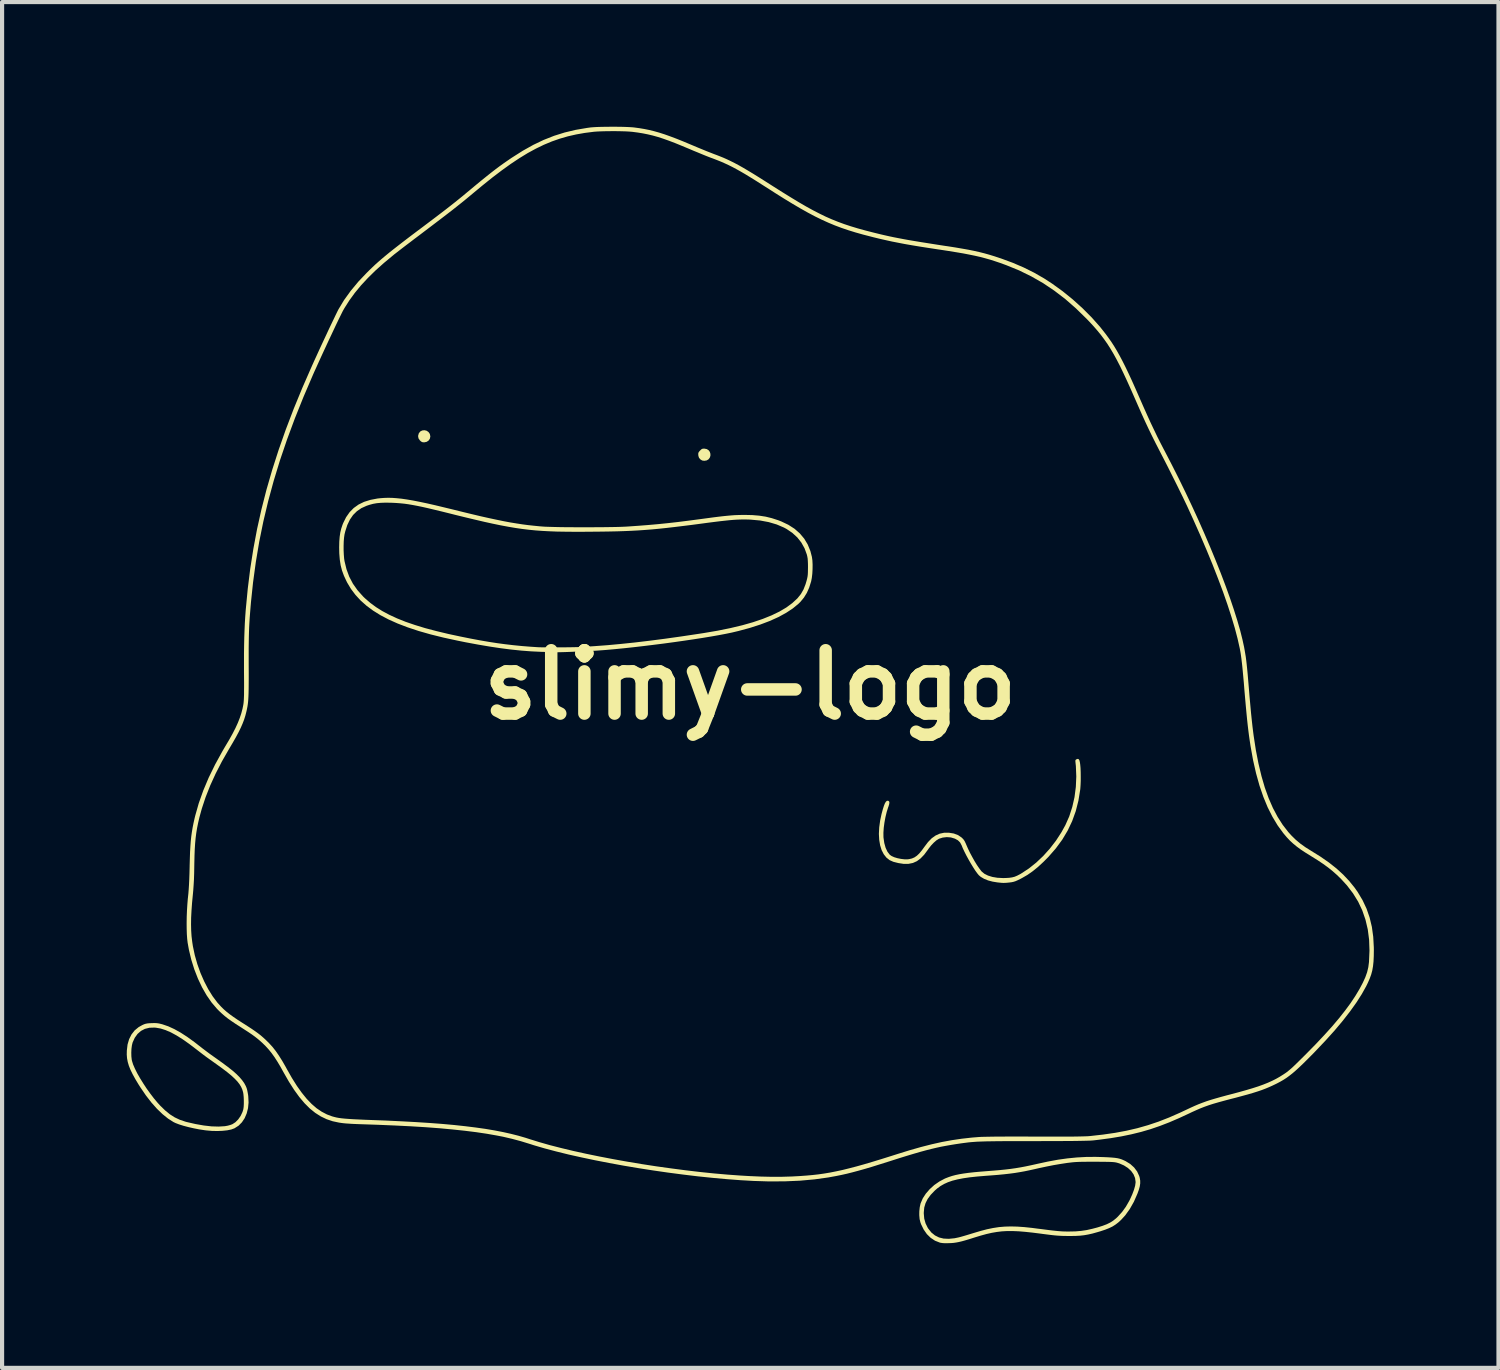
<source format=kicad_pcb>
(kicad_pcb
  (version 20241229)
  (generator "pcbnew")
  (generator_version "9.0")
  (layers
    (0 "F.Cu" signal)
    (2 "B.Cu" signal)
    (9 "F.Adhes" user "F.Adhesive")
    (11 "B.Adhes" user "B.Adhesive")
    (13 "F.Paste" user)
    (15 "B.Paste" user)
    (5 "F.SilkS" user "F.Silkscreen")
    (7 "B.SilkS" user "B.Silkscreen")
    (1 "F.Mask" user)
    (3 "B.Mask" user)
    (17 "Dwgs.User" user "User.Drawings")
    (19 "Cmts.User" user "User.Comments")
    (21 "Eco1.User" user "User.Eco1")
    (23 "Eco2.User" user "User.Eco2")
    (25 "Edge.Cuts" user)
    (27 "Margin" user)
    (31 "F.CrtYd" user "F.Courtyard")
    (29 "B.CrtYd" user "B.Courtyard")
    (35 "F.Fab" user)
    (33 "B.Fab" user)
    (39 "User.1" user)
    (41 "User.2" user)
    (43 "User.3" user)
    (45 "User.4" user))
  (footprint "slimy-logo"
    (layer "F.Cu")
    (at 15.003 13.431)
    (property "Reference" "slimy-logo" (at 0 0 0) (layer "F.SilkS") (effects (font (size 1.524 1.524) (thickness 0.3))))
    (attr board_only exclude_from_pos_files exclude_from_bom)
    (fp_poly (pts (xy -7.789 -6.117) (xy -7.744 -6.087) (xy -7.711 -6.041) (xy -7.71 -6.038) (xy -7.698 -5.98) (xy -7.709 -5.926) (xy -7.739 -5.881) (xy -7.785 -5.85) (xy -7.844 -5.837) (xy -7.849 -5.837) (xy -7.889 -5.841) (xy -7.92 -5.857) (xy -7.948 -5.882) (xy -7.983 -5.933) (xy -7.993 -5.99) (xy -7.977 -6.05) (xy -7.974 -6.057) (xy -7.939 -6.1) (xy -7.893 -6.123) (xy -7.84 -6.129)) (stroke (width 0) (type solid)) (fill yes) (layer "F.SilkS"))
    (fp_poly (pts (xy -1.104 -5.686) (xy -1.046 -5.675) (xy -1.002 -5.647) (xy -0.973 -5.608) (xy -0.959 -5.561) (xy -0.959 -5.513) (xy -0.975 -5.467) (xy -1.005 -5.428) (xy -1.049 -5.402) (xy -1.105 -5.393) (xy -1.153 -5.399) (xy -1.191 -5.42) (xy -1.203 -5.43) (xy -1.233 -5.465) (xy -1.247 -5.507) (xy -1.25 -5.526) (xy -1.252 -5.564) (xy -1.246 -5.591) (xy -1.227 -5.619) (xy -1.21 -5.637) (xy -1.18 -5.667) (xy -1.154 -5.682) (xy -1.121 -5.686)) (stroke (width 0) (type solid)) (fill yes) (layer "F.SilkS"))
    (fp_poly (pts (xy -14.277 8.139) (xy -14.228 8.146) (xy -14.173 8.159) (xy -14.14 8.168) (xy -14.003 8.215) (xy -13.859 8.281) (xy -13.705 8.367) (xy -13.543 8.472) (xy -13.368 8.599) (xy -13.262 8.682) (xy -13.189 8.739) (xy -13.103 8.804) (xy -13.011 8.873) (xy -12.92 8.938) (xy -12.852 8.986) (xy -12.7 9.095) (xy -12.569 9.193) (xy -12.457 9.281) (xy -12.364 9.363) (xy -12.288 9.439) (xy -12.226 9.512) (xy -12.177 9.581) (xy -12.139 9.651) (xy -12.12 9.697) (xy -12.107 9.74) (xy -12.095 9.799) (xy -12.083 9.866) (xy -12.079 9.903) (xy -12.072 10.047) (xy -12.085 10.184) (xy -12.117 10.31) (xy -12.166 10.425) (xy -12.232 10.524) (xy -12.312 10.605) (xy -12.407 10.666) (xy -12.412 10.669) (xy -12.488 10.697) (xy -12.585 10.717) (xy -12.698 10.729) (xy -12.824 10.734) (xy -12.957 10.731) (xy -13.093 10.719) (xy -13.131 10.714) (xy -13.262 10.694) (xy -13.394 10.668) (xy -13.521 10.639) (xy -13.638 10.608) (xy -13.743 10.575) (xy -13.829 10.542) (xy -13.879 10.518) (xy -14.009 10.435) (xy -14.142 10.328) (xy -14.276 10.199) (xy -14.41 10.048) (xy -14.542 9.878) (xy -14.671 9.689) (xy -14.713 9.624) (xy -14.795 9.488) (xy -14.861 9.368) (xy -14.913 9.262) (xy -14.952 9.165) (xy -14.979 9.073) (xy -14.996 8.984) (xy -15.003 8.893) (xy -15.002 8.848) (xy -14.894 8.848) (xy -14.892 8.939) (xy -14.883 9.02) (xy -14.876 9.05) (xy -14.85 9.133) (xy -14.807 9.232) (xy -14.752 9.343) (xy -14.684 9.462) (xy -14.608 9.585) (xy -14.526 9.71) (xy -14.438 9.832) (xy -14.349 9.949) (xy -14.259 10.056) (xy -14.199 10.122) (xy -14.081 10.237) (xy -13.966 10.331) (xy -13.85 10.405) (xy -13.727 10.463) (xy -13.594 10.508) (xy -13.562 10.517) (xy -13.348 10.566) (xy -13.148 10.601) (xy -12.963 10.622) (xy -12.795 10.627) (xy -12.646 10.618) (xy -12.632 10.616) (xy -12.572 10.605) (xy -12.511 10.588) (xy -12.462 10.57) (xy -12.462 10.57) (xy -12.388 10.522) (xy -12.32 10.453) (xy -12.262 10.369) (xy -12.218 10.276) (xy -12.198 10.211) (xy -12.19 10.155) (xy -12.186 10.082) (xy -12.186 10.001) (xy -12.189 9.919) (xy -12.196 9.845) (xy -12.203 9.804) (xy -12.222 9.738) (xy -12.25 9.674) (xy -12.289 9.609) (xy -12.341 9.542) (xy -12.408 9.472) (xy -12.49 9.396) (xy -12.59 9.314) (xy -12.71 9.223) (xy -12.85 9.122) (xy -12.902 9.085) (xy -12.988 9.024) (xy -13.083 8.956) (xy -13.178 8.885) (xy -13.266 8.817) (xy -13.327 8.77) (xy -13.5 8.638) (xy -13.659 8.526) (xy -13.806 8.434) (xy -13.942 8.36) (xy -14.068 8.306) (xy -14.187 8.268) (xy -14.299 8.248) (xy -14.338 8.245) (xy -14.458 8.249) (xy -14.566 8.276) (xy -14.661 8.325) (xy -14.743 8.397) (xy -14.81 8.49) (xy -14.862 8.604) (xy -14.863 8.607) (xy -14.879 8.673) (xy -14.89 8.757) (xy -14.894 8.848) (xy -15.002 8.848) (xy -15.001 8.798) (xy -14.984 8.653) (xy -14.946 8.523) (xy -14.888 8.409) (xy -14.812 8.312) (xy -14.716 8.233) (xy -14.63 8.185) (xy -14.586 8.165) (xy -14.548 8.153) (xy -14.507 8.145) (xy -14.454 8.14) (xy -14.402 8.138) (xy -14.332 8.136)) (stroke (width 0) (type solid)) (fill yes) (layer "F.SilkS"))
    (fp_poly (pts (xy 7.904 1.788) (xy 7.92 1.815) (xy 7.932 1.863) (xy 7.94 1.92) (xy 7.947 2) (xy 7.951 2.096) (xy 7.952 2.202) (xy 7.952 2.308) (xy 7.948 2.408) (xy 7.942 2.493) (xy 7.939 2.521) (xy 7.896 2.786) (xy 7.832 3.037) (xy 7.746 3.276) (xy 7.638 3.504) (xy 7.508 3.722) (xy 7.353 3.933) (xy 7.174 4.138) (xy 7.056 4.257) (xy 6.923 4.38) (xy 6.796 4.483) (xy 6.67 4.571) (xy 6.54 4.646) (xy 6.497 4.669) (xy 6.431 4.701) (xy 6.38 4.723) (xy 6.336 4.737) (xy 6.291 4.747) (xy 6.236 4.754) (xy 6.236 4.754) (xy 6.177 4.76) (xy 6.132 4.763) (xy 6.093 4.764) (xy 6.05 4.762) (xy 5.996 4.757) (xy 5.949 4.752) (xy 5.832 4.733) (xy 5.722 4.704) (xy 5.626 4.665) (xy 5.546 4.618) (xy 5.5 4.579) (xy 5.461 4.532) (xy 5.414 4.467) (xy 5.362 4.386) (xy 5.307 4.296) (xy 5.252 4.2) (xy 5.199 4.103) (xy 5.152 4.01) (xy 5.112 3.925) (xy 5.087 3.862) (xy 5.05 3.792) (xy 4.997 3.739) (xy 4.925 3.699) (xy 4.832 3.671) (xy 4.823 3.669) (xy 4.728 3.662) (xy 4.631 3.673) (xy 4.542 3.701) (xy 4.537 3.704) (xy 4.479 3.74) (xy 4.416 3.795) (xy 4.35 3.865) (xy 4.287 3.946) (xy 4.269 3.972) (xy 4.184 4.086) (xy 4.098 4.175) (xy 4.009 4.241) (xy 3.913 4.284) (xy 3.808 4.305) (xy 3.692 4.306) (xy 3.562 4.286) (xy 3.443 4.256) (xy 3.353 4.216) (xy 3.276 4.155) (xy 3.212 4.074) (xy 3.161 3.975) (xy 3.125 3.859) (xy 3.103 3.728) (xy 3.095 3.583) (xy 3.103 3.426) (xy 3.126 3.259) (xy 3.16 3.102) (xy 3.189 2.995) (xy 3.215 2.912) (xy 3.239 2.851) (xy 3.263 2.811) (xy 3.287 2.79) (xy 3.311 2.786) (xy 3.322 2.789) (xy 3.341 2.803) (xy 3.348 2.829) (xy 3.343 2.869) (xy 3.325 2.927) (xy 3.318 2.945) (xy 3.283 3.056) (xy 3.253 3.18) (xy 3.229 3.309) (xy 3.212 3.436) (xy 3.204 3.556) (xy 3.205 3.659) (xy 3.206 3.674) (xy 3.225 3.805) (xy 3.257 3.919) (xy 3.301 4.013) (xy 3.357 4.086) (xy 3.401 4.117) (xy 3.465 4.146) (xy 3.542 4.169) (xy 3.626 4.186) (xy 3.71 4.196) (xy 3.787 4.196) (xy 3.821 4.192) (xy 3.89 4.176) (xy 3.952 4.149) (xy 4.01 4.109) (xy 4.068 4.054) (xy 4.13 3.979) (xy 4.191 3.895) (xy 4.278 3.78) (xy 4.367 3.689) (xy 4.46 3.623) (xy 4.558 3.579) (xy 4.663 3.557) (xy 4.777 3.556) (xy 4.778 3.556) (xy 4.897 3.575) (xy 5.001 3.614) (xy 5.087 3.673) (xy 5.089 3.675) (xy 5.126 3.712) (xy 5.155 3.753) (xy 5.181 3.806) (xy 5.196 3.841) (xy 5.237 3.935) (xy 5.286 4.037) (xy 5.342 4.141) (xy 5.399 4.243) (xy 5.457 4.337) (xy 5.512 4.417) (xy 5.56 4.48) (xy 5.568 4.489) (xy 5.634 4.544) (xy 5.72 4.587) (xy 5.826 4.62) (xy 5.946 4.64) (xy 6.08 4.647) (xy 6.143 4.646) (xy 6.23 4.641) (xy 6.3 4.631) (xy 6.362 4.615) (xy 6.424 4.589) (xy 6.495 4.552) (xy 6.527 4.533) (xy 6.706 4.415) (xy 6.881 4.275) (xy 7.05 4.115) (xy 7.208 3.939) (xy 7.355 3.749) (xy 7.485 3.549) (xy 7.581 3.376) (xy 7.675 3.164) (xy 7.748 2.938) (xy 7.802 2.701) (xy 7.834 2.455) (xy 7.845 2.205) (xy 7.835 1.952) (xy 7.827 1.878) (xy 7.823 1.835) (xy 7.825 1.811) (xy 7.835 1.798) (xy 7.854 1.787) (xy 7.883 1.779)) (stroke (width 0) (type solid)) (fill yes) (layer "F.SilkS"))
    (fp_poly (pts (xy 8.495 11.361) (xy 8.608 11.366) (xy 8.699 11.372) (xy 8.773 11.379) (xy 8.835 11.388) (xy 8.887 11.4) (xy 8.936 11.416) (xy 8.985 11.437) (xy 9.03 11.458) (xy 9.143 11.527) (xy 9.236 11.611) (xy 9.309 11.708) (xy 9.359 11.817) (xy 9.372 11.862) (xy 9.383 11.928) (xy 9.383 11.995) (xy 9.372 12.069) (xy 9.348 12.154) (xy 9.316 12.242) (xy 9.231 12.436) (xy 9.132 12.611) (xy 9.021 12.765) (xy 8.924 12.871) (xy 8.857 12.933) (xy 8.789 12.985) (xy 8.717 13.031) (xy 8.634 13.071) (xy 8.538 13.109) (xy 8.423 13.147) (xy 8.348 13.169) (xy 8.233 13.201) (xy 8.131 13.224) (xy 8.035 13.241) (xy 7.938 13.252) (xy 7.831 13.258) (xy 7.708 13.26) (xy 7.672 13.26) (xy 7.594 13.259) (xy 7.525 13.258) (xy 7.46 13.255) (xy 7.394 13.251) (xy 7.323 13.245) (xy 7.241 13.236) (xy 7.145 13.224) (xy 7.028 13.209) (xy 6.993 13.204) (xy 6.795 13.179) (xy 6.618 13.16) (xy 6.459 13.147) (xy 6.315 13.141) (xy 6.181 13.141) (xy 6.055 13.148) (xy 5.932 13.163) (xy 5.809 13.184) (xy 5.682 13.213) (xy 5.547 13.25) (xy 5.402 13.294) (xy 5.396 13.296) (xy 5.276 13.334) (xy 5.176 13.364) (xy 5.093 13.387) (xy 5.022 13.404) (xy 4.959 13.416) (xy 4.899 13.425) (xy 4.84 13.43) (xy 4.786 13.432) (xy 4.701 13.434) (xy 4.636 13.431) (xy 4.584 13.424) (xy 4.559 13.418) (xy 4.445 13.373) (xy 4.341 13.304) (xy 4.25 13.215) (xy 4.173 13.105) (xy 4.111 12.978) (xy 4.093 12.929) (xy 4.075 12.853) (xy 4.067 12.761) (xy 4.067 12.713) (xy 4.175 12.713) (xy 4.186 12.841) (xy 4.218 12.956) (xy 4.271 13.063) (xy 4.284 13.083) (xy 4.358 13.176) (xy 4.444 13.246) (xy 4.542 13.295) (xy 4.652 13.322) (xy 4.777 13.328) (xy 4.917 13.314) (xy 5.013 13.294) (xy 5.06 13.282) (xy 5.127 13.263) (xy 5.205 13.24) (xy 5.29 13.214) (xy 5.372 13.189) (xy 5.54 13.139) (xy 5.695 13.098) (xy 5.841 13.068) (xy 5.983 13.046) (xy 6.125 13.034) (xy 6.272 13.03) (xy 6.428 13.034) (xy 6.598 13.046) (xy 6.787 13.066) (xy 6.891 13.08) (xy 7.029 13.097) (xy 7.145 13.112) (xy 7.242 13.124) (xy 7.323 13.133) (xy 7.392 13.14) (xy 7.452 13.145) (xy 7.507 13.149) (xy 7.559 13.151) (xy 7.613 13.152) (xy 7.671 13.152) (xy 7.679 13.152) (xy 7.826 13.149) (xy 7.963 13.137) (xy 8.096 13.117) (xy 8.237 13.085) (xy 8.358 13.053) (xy 8.478 13.015) (xy 8.578 12.977) (xy 8.662 12.936) (xy 8.735 12.889) (xy 8.803 12.834) (xy 8.845 12.794) (xy 8.948 12.68) (xy 9.037 12.557) (xy 9.117 12.418) (xy 9.135 12.383) (xy 9.191 12.26) (xy 9.233 12.148) (xy 9.261 12.05) (xy 9.272 11.969) (xy 9.272 11.957) (xy 9.259 11.865) (xy 9.223 11.777) (xy 9.165 11.695) (xy 9.087 11.623) (xy 8.992 11.562) (xy 8.883 11.514) (xy 8.824 11.496) (xy 8.798 11.49) (xy 8.767 11.485) (xy 8.727 11.481) (xy 8.677 11.478) (xy 8.614 11.476) (xy 8.533 11.475) (xy 8.433 11.474) (xy 8.309 11.473) (xy 8.293 11.473) (xy 8.166 11.473) (xy 8.061 11.474) (xy 7.974 11.475) (xy 7.901 11.477) (xy 7.838 11.48) (xy 7.781 11.484) (xy 7.725 11.49) (xy 7.667 11.497) (xy 7.632 11.501) (xy 7.468 11.526) (xy 7.303 11.554) (xy 7.131 11.588) (xy 6.943 11.628) (xy 6.847 11.65) (xy 6.716 11.679) (xy 6.595 11.704) (xy 6.478 11.725) (xy 6.36 11.744) (xy 6.238 11.76) (xy 6.106 11.775) (xy 5.961 11.789) (xy 5.797 11.802) (xy 5.661 11.812) (xy 5.459 11.829) (xy 5.281 11.848) (xy 5.124 11.871) (xy 4.986 11.898) (xy 4.864 11.929) (xy 4.757 11.966) (xy 4.662 12.009) (xy 4.576 12.059) (xy 4.498 12.116) (xy 4.439 12.168) (xy 4.342 12.269) (xy 4.269 12.368) (xy 4.218 12.468) (xy 4.187 12.573) (xy 4.176 12.686) (xy 4.175 12.713) (xy 4.067 12.713) (xy 4.068 12.663) (xy 4.078 12.567) (xy 4.097 12.482) (xy 4.1 12.472) (xy 4.151 12.354) (xy 4.225 12.24) (xy 4.319 12.132) (xy 4.428 12.033) (xy 4.551 11.948) (xy 4.683 11.878) (xy 4.705 11.869) (xy 4.78 11.84) (xy 4.856 11.815) (xy 4.939 11.793) (xy 5.029 11.774) (xy 5.131 11.757) (xy 5.247 11.741) (xy 5.382 11.726) (xy 5.536 11.712) (xy 5.674 11.701) (xy 5.85 11.687) (xy 6.004 11.674) (xy 6.141 11.66) (xy 6.267 11.645) (xy 6.385 11.628) (xy 6.5 11.609) (xy 6.617 11.587) (xy 6.741 11.561) (xy 6.877 11.531) (xy 6.902 11.525) (xy 7.162 11.469) (xy 7.405 11.424) (xy 7.635 11.392) (xy 7.859 11.37) (xy 8.081 11.358) (xy 8.307 11.356)) (stroke (width 0) (type solid)) (fill yes) (layer "F.SilkS"))
    (fp_poly (pts (xy -8.615 -4.501) (xy -8.507 -4.493) (xy -8.389 -4.481) (xy -8.26 -4.462) (xy -8.118 -4.438) (xy -7.96 -4.407) (xy -7.784 -4.37) (xy -7.59 -4.326) (xy -7.374 -4.274) (xy -7.163 -4.223) (xy -6.909 -4.16) (xy -6.677 -4.104) (xy -6.466 -4.054) (xy -6.273 -4.011) (xy -6.094 -3.973) (xy -5.929 -3.939) (xy -5.774 -3.91) (xy -5.627 -3.886) (xy -5.485 -3.864) (xy -5.347 -3.846) (xy -5.209 -3.831) (xy -5.069 -3.817) (xy -4.995 -3.811) (xy -4.929 -3.807) (xy -4.84 -3.804) (xy -4.732 -3.801) (xy -4.607 -3.798) (xy -4.468 -3.796) (xy -4.319 -3.795) (xy -4.163 -3.794) (xy -4.003 -3.794) (xy -3.842 -3.794) (xy -3.683 -3.795) (xy -3.53 -3.796) (xy -3.386 -3.798) (xy -3.253 -3.8) (xy -3.135 -3.803) (xy -3.036 -3.807) (xy -2.958 -3.811) (xy -2.699 -3.829) (xy -2.455 -3.848) (xy -2.218 -3.869) (xy -1.983 -3.893) (xy -1.742 -3.92) (xy -1.489 -3.952) (xy -1.217 -3.988) (xy -1.208 -3.989) (xy -1.037 -4.012) (xy -0.889 -4.032) (xy -0.76 -4.048) (xy -0.648 -4.061) (xy -0.548 -4.071) (xy -0.459 -4.079) (xy -0.377 -4.085) (xy -0.298 -4.088) (xy -0.221 -4.09) (xy -0.14 -4.091) (xy -0.137 -4.091) (xy 0.048 -4.087) (xy 0.216 -4.073) (xy 0.371 -4.049) (xy 0.521 -4.012) (xy 0.672 -3.963) (xy 0.749 -3.933) (xy 0.917 -3.853) (xy 1.065 -3.758) (xy 1.192 -3.646) (xy 1.298 -3.52) (xy 1.383 -3.378) (xy 1.447 -3.221) (xy 1.483 -3.082) (xy 1.495 -2.998) (xy 1.5 -2.896) (xy 1.499 -2.786) (xy 1.493 -2.676) (xy 1.481 -2.574) (xy 1.465 -2.492) (xy 1.418 -2.342) (xy 1.361 -2.214) (xy 1.291 -2.101) (xy 1.207 -1.999) (xy 1.159 -1.952) (xy 1.023 -1.84) (xy 0.862 -1.734) (xy 0.677 -1.633) (xy 0.469 -1.539) (xy 0.239 -1.452) (xy -0.013 -1.371) (xy -0.284 -1.298) (xy -0.443 -1.26) (xy -0.588 -1.23) (xy -0.756 -1.198) (xy -0.944 -1.165) (xy -1.15 -1.131) (xy -1.369 -1.097) (xy -1.599 -1.063) (xy -1.838 -1.029) (xy -2.081 -0.996) (xy -2.327 -0.965) (xy -2.572 -0.935) (xy -2.813 -0.907) (xy -3.046 -0.882) (xy -3.27 -0.86) (xy -3.481 -0.841) (xy -3.631 -0.83) (xy -3.698 -0.825) (xy -3.781 -0.82) (xy -3.877 -0.815) (xy -3.982 -0.81) (xy -4.092 -0.805) (xy -4.205 -0.801) (xy -4.315 -0.796) (xy -4.42 -0.792) (xy -4.516 -0.789) (xy -4.599 -0.787) (xy -4.665 -0.786) (xy -4.711 -0.785) (xy -4.727 -0.786) (xy -4.75 -0.787) (xy -4.794 -0.789) (xy -4.856 -0.791) (xy -4.93 -0.794) (xy -5.013 -0.796) (xy -5.041 -0.797) (xy -5.273 -0.808) (xy -5.508 -0.826) (xy -5.751 -0.851) (xy -6.003 -0.883) (xy -6.269 -0.923) (xy -6.551 -0.971) (xy -6.853 -1.027) (xy -7.045 -1.066) (xy -7.381 -1.139) (xy -7.692 -1.216) (xy -7.979 -1.298) (xy -8.242 -1.385) (xy -8.483 -1.477) (xy -8.702 -1.575) (xy -8.9 -1.679) (xy -9.078 -1.79) (xy -9.237 -1.908) (xy -9.378 -2.034) (xy -9.501 -2.168) (xy -9.608 -2.31) (xy -9.699 -2.462) (xy -9.717 -2.498) (xy -9.777 -2.627) (xy -9.823 -2.752) (xy -9.856 -2.879) (xy -9.877 -3.015) (xy -9.889 -3.164) (xy -9.892 -3.31) (xy -9.891 -3.349) (xy -9.785 -3.349) (xy -9.785 -3.24) (xy -9.78 -3.134) (xy -9.772 -3.037) (xy -9.763 -2.979) (xy -9.716 -2.785) (xy -9.649 -2.604) (xy -9.561 -2.436) (xy -9.449 -2.277) (xy -9.314 -2.126) (xy -9.269 -2.083) (xy -9.144 -1.975) (xy -9.006 -1.873) (xy -8.853 -1.777) (xy -8.684 -1.687) (xy -8.498 -1.601) (xy -8.293 -1.519) (xy -8.068 -1.442) (xy -7.823 -1.367) (xy -7.554 -1.296) (xy -7.262 -1.226) (xy -6.967 -1.163) (xy -6.723 -1.114) (xy -6.499 -1.072) (xy -6.289 -1.036) (xy -6.089 -1.005) (xy -5.894 -0.979) (xy -5.697 -0.956) (xy -5.495 -0.936) (xy -5.281 -0.919) (xy -5.145 -0.91) (xy -5.094 -0.907) (xy -5.02 -0.905) (xy -4.929 -0.904) (xy -4.825 -0.904) (xy -4.711 -0.904) (xy -4.593 -0.904) (xy -4.475 -0.905) (xy -4.36 -0.906) (xy -4.253 -0.908) (xy -4.159 -0.91) (xy -4.082 -0.913) (xy -4.055 -0.914) (xy -3.752 -0.933) (xy -3.44 -0.956) (xy -3.117 -0.986) (xy -2.78 -1.021) (xy -2.427 -1.063) (xy -2.056 -1.111) (xy -1.665 -1.166) (xy -1.252 -1.228) (xy -1.127 -1.247) (xy -0.791 -1.304) (xy -0.481 -1.367) (xy -0.195 -1.435) (xy 0.066 -1.509) (xy 0.302 -1.589) (xy 0.515 -1.675) (xy 0.703 -1.766) (xy 0.869 -1.864) (xy 1.011 -1.969) (xy 1.13 -2.079) (xy 1.14 -2.09) (xy 1.218 -2.187) (xy 1.281 -2.297) (xy 1.331 -2.425) (xy 1.354 -2.503) (xy 1.368 -2.557) (xy 1.378 -2.605) (xy 1.384 -2.654) (xy 1.387 -2.71) (xy 1.388 -2.78) (xy 1.389 -2.834) (xy 1.388 -2.92) (xy 1.385 -2.987) (xy 1.381 -3.041) (xy 1.373 -3.088) (xy 1.362 -3.135) (xy 1.361 -3.138) (xy 1.306 -3.288) (xy 1.229 -3.426) (xy 1.131 -3.55) (xy 1.012 -3.659) (xy 0.873 -3.753) (xy 0.812 -3.786) (xy 0.637 -3.861) (xy 0.444 -3.918) (xy 0.235 -3.957) (xy 0.012 -3.977) (xy -0.021 -3.979) (xy -0.098 -3.981) (xy -0.171 -3.982) (xy -0.245 -3.98) (xy -0.322 -3.977) (xy -0.405 -3.972) (xy -0.498 -3.964) (xy -0.602 -3.953) (xy -0.721 -3.94) (xy -0.858 -3.923) (xy -1.015 -3.903) (xy -1.149 -3.885) (xy -1.397 -3.852) (xy -1.623 -3.824) (xy -1.829 -3.799) (xy -2.02 -3.777) (xy -2.199 -3.758) (xy -2.369 -3.742) (xy -2.533 -3.729) (xy -2.695 -3.718) (xy -2.858 -3.709) (xy -3.025 -3.702) (xy -3.201 -3.696) (xy -3.388 -3.692) (xy -3.589 -3.689) (xy -3.794 -3.687) (xy -4.034 -3.685) (xy -4.255 -3.685) (xy -4.459 -3.687) (xy -4.65 -3.69) (xy -4.829 -3.697) (xy -5.001 -3.706) (xy -5.167 -3.718) (xy -5.329 -3.734) (xy -5.492 -3.754) (xy -5.656 -3.778) (xy -5.826 -3.807) (xy -6.004 -3.84) (xy -6.192 -3.879) (xy -6.393 -3.923) (xy -6.61 -3.974) (xy -6.845 -4.03) (xy -7.102 -4.093) (xy -7.232 -4.126) (xy -7.43 -4.175) (xy -7.604 -4.217) (xy -7.759 -4.254) (xy -7.897 -4.285) (xy -8.019 -4.31) (xy -8.13 -4.331) (xy -8.231 -4.348) (xy -8.325 -4.361) (xy -8.415 -4.37) (xy -8.503 -4.377) (xy -8.592 -4.382) (xy -8.645 -4.384) (xy -8.777 -4.386) (xy -8.89 -4.382) (xy -8.988 -4.373) (xy -9.078 -4.357) (xy -9.165 -4.333) (xy -9.231 -4.311) (xy -9.357 -4.254) (xy -9.465 -4.18) (xy -9.557 -4.089) (xy -9.633 -3.979) (xy -9.696 -3.848) (xy -9.745 -3.696) (xy -9.763 -3.623) (xy -9.774 -3.548) (xy -9.782 -3.454) (xy -9.785 -3.349) (xy -9.891 -3.349) (xy -9.889 -3.447) (xy -9.88 -3.564) (xy -9.865 -3.667) (xy -9.842 -3.762) (xy -9.811 -3.855) (xy -9.794 -3.897) (xy -9.725 -4.036) (xy -9.641 -4.156) (xy -9.542 -4.257) (xy -9.426 -4.34) (xy -9.293 -4.405) (xy -9.14 -4.453) (xy -8.968 -4.486) (xy -8.902 -4.493) (xy -8.811 -4.5) (xy -8.716 -4.503)) (stroke (width 0) (type solid)) (fill yes) (layer "F.SilkS"))
    (fp_poly (pts (xy -3.238 -13.431) (xy -3.12 -13.43) (xy -3.011 -13.427) (xy -2.915 -13.423) (xy -2.836 -13.418) (xy -2.795 -13.414) (xy -2.669 -13.397) (xy -2.549 -13.377) (xy -2.431 -13.353) (xy -2.313 -13.324) (xy -2.192 -13.29) (xy -2.064 -13.249) (xy -1.926 -13.2) (xy -1.775 -13.143) (xy -1.608 -13.076) (xy -1.422 -12.998) (xy -1.358 -12.971) (xy -1.258 -12.929) (xy -1.151 -12.885) (xy -1.044 -12.841) (xy -0.944 -12.802) (xy -0.857 -12.768) (xy -0.829 -12.758) (xy -0.736 -12.722) (xy -0.647 -12.686) (xy -0.559 -12.647) (xy -0.471 -12.605) (xy -0.379 -12.559) (xy -0.281 -12.507) (xy -0.175 -12.447) (xy -0.06 -12.379) (xy 0.068 -12.302) (xy 0.211 -12.213) (xy 0.371 -12.112) (xy 0.548 -11.999) (xy 0.771 -11.858) (xy 0.975 -11.732) (xy 1.163 -11.618) (xy 1.338 -11.516) (xy 1.503 -11.425) (xy 1.66 -11.344) (xy 1.811 -11.27) (xy 1.961 -11.204) (xy 2.11 -11.144) (xy 2.262 -11.088) (xy 2.42 -11.036) (xy 2.585 -10.986) (xy 2.762 -10.937) (xy 2.952 -10.888) (xy 3.017 -10.872) (xy 3.127 -10.845) (xy 3.234 -10.82) (xy 3.341 -10.796) (xy 3.45 -10.773) (xy 3.563 -10.751) (xy 3.684 -10.728) (xy 3.815 -10.704) (xy 3.958 -10.68) (xy 4.116 -10.654) (xy 4.293 -10.626) (xy 4.489 -10.595) (xy 4.709 -10.561) (xy 4.734 -10.558) (xy 4.926 -10.528) (xy 5.096 -10.499) (xy 5.249 -10.472) (xy 5.387 -10.444) (xy 5.516 -10.415) (xy 5.638 -10.384) (xy 5.759 -10.35) (xy 5.882 -10.312) (xy 6.011 -10.269) (xy 6.028 -10.264) (xy 6.313 -10.159) (xy 6.579 -10.045) (xy 6.83 -9.92) (xy 7.072 -9.781) (xy 7.264 -9.656) (xy 7.516 -9.474) (xy 7.761 -9.275) (xy 7.996 -9.063) (xy 8.215 -8.843) (xy 8.416 -8.617) (xy 8.555 -8.441) (xy 8.625 -8.345) (xy 8.693 -8.248) (xy 8.758 -8.147) (xy 8.822 -8.04) (xy 8.887 -7.924) (xy 8.954 -7.798) (xy 9.024 -7.659) (xy 9.098 -7.505) (xy 9.178 -7.333) (xy 9.264 -7.141) (xy 9.355 -6.934) (xy 9.456 -6.704) (xy 9.549 -6.496) (xy 9.636 -6.305) (xy 9.719 -6.131) (xy 9.797 -5.968) (xy 9.874 -5.816) (xy 9.95 -5.669) (xy 9.96 -5.651) (xy 10.133 -5.318) (xy 10.303 -4.982) (xy 10.468 -4.644) (xy 10.628 -4.306) (xy 10.782 -3.971) (xy 10.929 -3.638) (xy 11.069 -3.311) (xy 11.201 -2.991) (xy 11.325 -2.68) (xy 11.439 -2.379) (xy 11.543 -2.09) (xy 11.636 -1.814) (xy 11.718 -1.554) (xy 11.788 -1.312) (xy 11.844 -1.088) (xy 11.883 -0.909) (xy 11.897 -0.832) (xy 11.91 -0.755) (xy 11.923 -0.676) (xy 11.934 -0.591) (xy 11.945 -0.497) (xy 11.956 -0.39) (xy 11.968 -0.267) (xy 11.98 -0.125) (xy 11.994 0.04) (xy 11.995 0.052) (xy 12.014 0.283) (xy 12.033 0.491) (xy 12.05 0.678) (xy 12.068 0.849) (xy 12.085 1.004) (xy 12.103 1.149) (xy 12.113 1.224) (xy 12.166 1.571) (xy 12.229 1.894) (xy 12.301 2.194) (xy 12.382 2.472) (xy 12.474 2.727) (xy 12.576 2.961) (xy 12.689 3.174) (xy 12.812 3.367) (xy 12.946 3.54) (xy 13.023 3.625) (xy 13.125 3.725) (xy 13.235 3.817) (xy 13.359 3.906) (xy 13.493 3.99) (xy 13.721 4.132) (xy 13.924 4.273) (xy 14.106 4.417) (xy 14.268 4.565) (xy 14.412 4.718) (xy 14.542 4.878) (xy 14.617 4.985) (xy 14.734 5.181) (xy 14.829 5.383) (xy 14.903 5.596) (xy 14.957 5.821) (xy 14.99 6.059) (xy 15.004 6.313) (xy 15.005 6.374) (xy 15.003 6.524) (xy 14.997 6.654) (xy 14.985 6.768) (xy 14.967 6.871) (xy 14.941 6.968) (xy 14.906 7.064) (xy 14.862 7.165) (xy 14.823 7.245) (xy 14.716 7.437) (xy 14.586 7.641) (xy 14.433 7.855) (xy 14.258 8.08) (xy 14.06 8.316) (xy 13.839 8.561) (xy 13.596 8.817) (xy 13.549 8.866) (xy 13.424 8.992) (xy 13.314 9.101) (xy 13.216 9.195) (xy 13.129 9.275) (xy 13.049 9.344) (xy 12.974 9.403) (xy 12.903 9.455) (xy 12.832 9.501) (xy 12.758 9.544) (xy 12.681 9.585) (xy 12.657 9.597) (xy 12.572 9.638) (xy 12.488 9.676) (xy 12.402 9.712) (xy 12.311 9.747) (xy 12.211 9.781) (xy 12.1 9.816) (xy 11.974 9.853) (xy 11.831 9.892) (xy 11.668 9.936) (xy 11.557 9.964) (xy 11.399 10.006) (xy 11.261 10.044) (xy 11.14 10.079) (xy 11.031 10.114) (xy 10.93 10.15) (xy 10.833 10.188) (xy 10.734 10.231) (xy 10.629 10.278) (xy 10.565 10.309) (xy 10.317 10.424) (xy 10.082 10.525) (xy 9.854 10.613) (xy 9.629 10.69) (xy 9.403 10.756) (xy 9.171 10.813) (xy 8.929 10.863) (xy 8.672 10.906) (xy 8.396 10.943) (xy 8.26 10.959) (xy 8.225 10.962) (xy 8.175 10.965) (xy 8.109 10.967) (xy 8.026 10.969) (xy 7.925 10.971) (xy 7.805 10.973) (xy 7.665 10.974) (xy 7.503 10.975) (xy 7.318 10.976) (xy 7.11 10.976) (xy 6.877 10.977) (xy 6.83 10.977) (xy 6.607 10.977) (xy 6.408 10.977) (xy 6.231 10.977) (xy 6.075 10.978) (xy 5.937 10.979) (xy 5.815 10.981) (xy 5.708 10.982) (xy 5.613 10.985) (xy 5.528 10.988) (xy 5.452 10.991) (xy 5.382 10.996) (xy 5.317 11.001) (xy 5.255 11.007) (xy 5.193 11.015) (xy 5.13 11.023) (xy 5.063 11.032) (xy 4.991 11.043) (xy 4.95 11.049) (xy 4.826 11.069) (xy 4.707 11.09) (xy 4.59 11.112) (xy 4.472 11.138) (xy 4.35 11.167) (xy 4.221 11.2) (xy 4.082 11.238) (xy 3.931 11.282) (xy 3.764 11.332) (xy 3.58 11.389) (xy 3.374 11.455) (xy 3.317 11.473) (xy 3.11 11.538) (xy 2.925 11.596) (xy 2.757 11.646) (xy 2.603 11.689) (xy 2.461 11.727) (xy 2.327 11.761) (xy 2.197 11.79) (xy 2.069 11.816) (xy 1.938 11.84) (xy 1.879 11.851) (xy 1.548 11.897) (xy 1.196 11.929) (xy 0.824 11.945) (xy 0.43 11.946) (xy 0.078 11.935) (xy -0.237 11.917) (xy -0.566 11.892) (xy -0.907 11.861) (xy -1.257 11.825) (xy -1.613 11.782) (xy -1.973 11.735) (xy -2.334 11.683) (xy -2.693 11.627) (xy -3.049 11.567) (xy -3.397 11.503) (xy -3.737 11.437) (xy -4.064 11.368) (xy -4.377 11.298) (xy -4.672 11.225) (xy -4.948 11.152) (xy -5.201 11.078) (xy -5.291 11.049) (xy -5.519 10.979) (xy -5.735 10.921) (xy -5.95 10.871) (xy -6.105 10.841) (xy -6.344 10.799) (xy -6.6 10.761) (xy -6.874 10.727) (xy -7.167 10.696) (xy -7.48 10.667) (xy -7.815 10.642) (xy -8.172 10.62) (xy -8.553 10.601) (xy -8.958 10.584) (xy -9.135 10.578) (xy -9.281 10.573) (xy -9.403 10.569) (xy -9.506 10.565) (xy -9.592 10.561) (xy -9.664 10.556) (xy -9.726 10.552) (xy -9.78 10.547) (xy -9.829 10.541) (xy -9.877 10.534) (xy -9.892 10.532) (xy -10.047 10.499) (xy -10.193 10.45) (xy -10.333 10.383) (xy -10.468 10.297) (xy -10.598 10.192) (xy -10.725 10.065) (xy -10.85 9.917) (xy -10.974 9.746) (xy -11.099 9.551) (xy -11.225 9.331) (xy -11.306 9.185) (xy -11.381 9.06) (xy -11.451 8.952) (xy -11.519 8.857) (xy -11.589 8.771) (xy -11.662 8.691) (xy -11.73 8.624) (xy -11.79 8.569) (xy -11.85 8.518) (xy -11.916 8.466) (xy -11.99 8.412) (xy -12.077 8.353) (xy -12.181 8.286) (xy -12.261 8.234) (xy -12.382 8.157) (xy -12.484 8.088) (xy -12.571 8.026) (xy -12.647 7.966) (xy -12.716 7.906) (xy -12.783 7.843) (xy -12.833 7.792) (xy -12.961 7.642) (xy -13.081 7.469) (xy -13.191 7.277) (xy -13.29 7.068) (xy -13.377 6.845) (xy -13.45 6.612) (xy -13.508 6.37) (xy -13.538 6.203) (xy -13.549 6.11) (xy -13.557 5.996) (xy -13.561 5.867) (xy -13.562 5.76) (xy -13.456 5.76) (xy -13.453 5.907) (xy -13.444 6.046) (xy -13.428 6.18) (xy -13.412 6.285) (xy -13.366 6.503) (xy -13.304 6.72) (xy -13.229 6.93) (xy -13.141 7.131) (xy -13.043 7.32) (xy -12.936 7.492) (xy -12.821 7.645) (xy -12.733 7.742) (xy -12.669 7.805) (xy -12.6 7.865) (xy -12.524 7.925) (xy -12.437 7.988) (xy -12.334 8.058) (xy -12.213 8.136) (xy -12.203 8.142) (xy -12.089 8.215) (xy -11.994 8.277) (xy -11.914 8.332) (xy -11.845 8.382) (xy -11.783 8.43) (xy -11.725 8.48) (xy -11.672 8.528) (xy -11.582 8.616) (xy -11.498 8.708) (xy -11.419 8.808) (xy -11.342 8.919) (xy -11.262 9.046) (xy -11.178 9.192) (xy -11.151 9.242) (xy -11.029 9.457) (xy -10.909 9.648) (xy -10.79 9.815) (xy -10.673 9.959) (xy -10.554 10.083) (xy -10.435 10.186) (xy -10.312 10.269) (xy -10.186 10.335) (xy -10.062 10.381) (xy -10.012 10.395) (xy -9.959 10.408) (xy -9.9 10.419) (xy -9.833 10.428) (xy -9.754 10.436) (xy -9.662 10.443) (xy -9.553 10.45) (xy -9.426 10.456) (xy -9.276 10.463) (xy -9.168 10.467) (xy -8.769 10.482) (xy -8.396 10.5) (xy -8.046 10.519) (xy -7.719 10.54) (xy -7.413 10.563) (xy -7.127 10.589) (xy -6.859 10.618) (xy -6.609 10.649) (xy -6.375 10.682) (xy -6.156 10.719) (xy -5.95 10.759) (xy -5.757 10.802) (xy -5.576 10.848) (xy -5.404 10.898) (xy -5.309 10.929) (xy -5.08 11) (xy -4.828 11.072) (xy -4.555 11.142) (xy -4.264 11.212) (xy -3.956 11.28) (xy -3.635 11.346) (xy -3.302 11.41) (xy -2.962 11.471) (xy -2.615 11.529) (xy -2.264 11.583) (xy -1.913 11.632) (xy -1.562 11.678) (xy -1.216 11.719) (xy -0.877 11.754) (xy -0.546 11.783) (xy -0.227 11.806) (xy -0.02 11.818) (xy 0.259 11.83) (xy 0.519 11.836) (xy 0.765 11.835) (xy 1.002 11.828) (xy 1.201 11.817) (xy 1.352 11.806) (xy 1.497 11.793) (xy 1.639 11.777) (xy 1.779 11.757) (xy 1.922 11.733) (xy 2.068 11.704) (xy 2.221 11.671) (xy 2.382 11.631) (xy 2.555 11.586) (xy 2.741 11.534) (xy 2.943 11.474) (xy 3.163 11.407) (xy 3.404 11.331) (xy 3.552 11.284) (xy 3.84 11.195) (xy 4.111 11.118) (xy 4.366 11.053) (xy 4.612 10.998) (xy 4.852 10.954) (xy 5.09 10.919) (xy 5.33 10.892) (xy 5.504 10.878) (xy 5.559 10.875) (xy 5.639 10.873) (xy 5.743 10.871) (xy 5.871 10.869) (xy 6.021 10.868) (xy 6.193 10.867) (xy 6.387 10.867) (xy 6.601 10.867) (xy 6.834 10.868) (xy 6.85 10.868) (xy 7.07 10.868) (xy 7.265 10.869) (xy 7.438 10.869) (xy 7.589 10.868) (xy 7.72 10.868) (xy 7.832 10.867) (xy 7.928 10.865) (xy 8.008 10.863) (xy 8.073 10.861) (xy 8.127 10.859) (xy 8.169 10.855) (xy 8.175 10.855) (xy 8.486 10.82) (xy 8.777 10.778) (xy 9.051 10.727) (xy 9.314 10.666) (xy 9.57 10.593) (xy 9.823 10.508) (xy 10.079 10.408) (xy 10.341 10.293) (xy 10.486 10.225) (xy 10.594 10.174) (xy 10.693 10.129) (xy 10.787 10.089) (xy 10.881 10.053) (xy 10.977 10.018) (xy 11.082 9.984) (xy 11.197 9.95) (xy 11.328 9.913) (xy 11.479 9.872) (xy 11.557 9.852) (xy 11.756 9.799) (xy 11.931 9.75) (xy 12.086 9.704) (xy 12.223 9.66) (xy 12.345 9.616) (xy 12.455 9.572) (xy 12.555 9.527) (xy 12.649 9.48) (xy 12.737 9.43) (xy 12.825 9.375) (xy 12.837 9.367) (xy 12.876 9.341) (xy 12.914 9.314) (xy 12.951 9.284) (xy 12.991 9.251) (xy 13.037 9.211) (xy 13.089 9.162) (xy 13.151 9.102) (xy 13.225 9.029) (xy 13.314 8.941) (xy 13.38 8.875) (xy 13.607 8.644) (xy 13.812 8.426) (xy 13.998 8.22) (xy 14.164 8.024) (xy 14.312 7.837) (xy 14.444 7.658) (xy 14.559 7.485) (xy 14.659 7.318) (xy 14.738 7.169) (xy 14.799 7.036) (xy 14.843 6.913) (xy 14.872 6.791) (xy 14.888 6.667) (xy 14.9 6.393) (xy 14.891 6.133) (xy 14.859 5.885) (xy 14.804 5.651) (xy 14.727 5.427) (xy 14.627 5.215) (xy 14.503 5.014) (xy 14.356 4.822) (xy 14.216 4.669) (xy 14.114 4.57) (xy 14.011 4.479) (xy 13.904 4.393) (xy 13.787 4.308) (xy 13.656 4.22) (xy 13.507 4.127) (xy 13.492 4.118) (xy 13.359 4.035) (xy 13.245 3.96) (xy 13.148 3.888) (xy 13.062 3.817) (xy 12.983 3.744) (xy 12.908 3.664) (xy 12.832 3.574) (xy 12.826 3.567) (xy 12.689 3.379) (xy 12.564 3.171) (xy 12.449 2.943) (xy 12.346 2.693) (xy 12.253 2.422) (xy 12.171 2.128) (xy 12.099 1.811) (xy 12.038 1.471) (xy 12.016 1.326) (xy 12 1.214) (xy 11.985 1.096) (xy 11.97 0.97) (xy 11.955 0.832) (xy 11.94 0.678) (xy 11.924 0.507) (xy 11.907 0.316) (xy 11.89 0.122) (xy 11.876 -0.054) (xy 11.862 -0.206) (xy 11.85 -0.337) (xy 11.839 -0.45) (xy 11.828 -0.547) (xy 11.818 -0.632) (xy 11.808 -0.706) (xy 11.798 -0.772) (xy 11.787 -0.833) (xy 11.778 -0.881) (xy 11.726 -1.113) (xy 11.66 -1.365) (xy 11.579 -1.636) (xy 11.485 -1.926) (xy 11.378 -2.233) (xy 11.257 -2.556) (xy 11.125 -2.894) (xy 10.98 -3.246) (xy 10.824 -3.611) (xy 10.656 -3.988) (xy 10.512 -4.303) (xy 10.464 -4.403) (xy 10.407 -4.523) (xy 10.341 -4.657) (xy 10.269 -4.804) (xy 10.192 -4.958) (xy 10.113 -5.116) (xy 10.033 -5.275) (xy 9.954 -5.429) (xy 9.878 -5.576) (xy 9.841 -5.648) (xy 9.753 -5.819) (xy 9.669 -5.987) (xy 9.586 -6.158) (xy 9.503 -6.335) (xy 9.417 -6.524) (xy 9.326 -6.73) (xy 9.259 -6.883) (xy 9.159 -7.11) (xy 9.066 -7.316) (xy 8.98 -7.501) (xy 8.899 -7.669) (xy 8.821 -7.82) (xy 8.745 -7.959) (xy 8.67 -8.086) (xy 8.595 -8.204) (xy 8.517 -8.315) (xy 8.437 -8.422) (xy 8.351 -8.527) (xy 8.26 -8.632) (xy 8.162 -8.738) (xy 8.094 -8.809) (xy 7.838 -9.059) (xy 7.58 -9.285) (xy 7.316 -9.487) (xy 7.045 -9.669) (xy 6.763 -9.83) (xy 6.47 -9.974) (xy 6.161 -10.1) (xy 6.131 -10.111) (xy 6.007 -10.156) (xy 5.888 -10.196) (xy 5.772 -10.233) (xy 5.655 -10.266) (xy 5.534 -10.298) (xy 5.407 -10.327) (xy 5.27 -10.355) (xy 5.12 -10.384) (xy 4.954 -10.412) (xy 4.769 -10.442) (xy 4.561 -10.474) (xy 4.518 -10.48) (xy 4.29 -10.515) (xy 4.084 -10.547) (xy 3.897 -10.578) (xy 3.725 -10.608) (xy 3.564 -10.639) (xy 3.411 -10.669) (xy 3.261 -10.702) (xy 3.112 -10.736) (xy 2.96 -10.773) (xy 2.907 -10.787) (xy 2.713 -10.837) (xy 2.532 -10.888) (xy 2.361 -10.941) (xy 2.196 -10.997) (xy 2.036 -11.057) (xy 1.878 -11.123) (xy 1.719 -11.195) (xy 1.556 -11.275) (xy 1.388 -11.364) (xy 1.21 -11.464) (xy 1.021 -11.575) (xy 0.819 -11.698) (xy 0.599 -11.836) (xy 0.464 -11.923) (xy 0.291 -12.033) (xy 0.137 -12.131) (xy -0.000197 -12.216) (xy -0.123 -12.291) (xy -0.235 -12.356) (xy -0.337 -12.413) (xy -0.433 -12.464) (xy -0.525 -12.51) (xy -0.616 -12.552) (xy -0.707 -12.592) (xy -0.802 -12.63) (xy -0.903 -12.669) (xy -0.948 -12.685) (xy -1.003 -12.706) (xy -1.076 -12.735) (xy -1.164 -12.771) (xy -1.26 -12.811) (xy -1.361 -12.852) (xy -1.457 -12.893) (xy -1.644 -12.971) (xy -1.81 -13.039) (xy -1.96 -13.096) (xy -2.098 -13.145) (xy -2.225 -13.186) (xy -2.347 -13.22) (xy -2.466 -13.248) (xy -2.585 -13.272) (xy -2.709 -13.292) (xy -2.84 -13.309) (xy -2.911 -13.315) (xy -3.003 -13.32) (xy -3.109 -13.323) (xy -3.226 -13.325) (xy -3.346 -13.325) (xy -3.465 -13.324) (xy -3.577 -13.321) (xy -3.676 -13.317) (xy -3.758 -13.311) (xy -3.774 -13.309) (xy -3.986 -13.282) (xy -4.189 -13.246) (xy -4.387 -13.201) (xy -4.581 -13.145) (xy -4.773 -13.078) (xy -4.965 -12.998) (xy -5.157 -12.905) (xy -5.354 -12.798) (xy -5.555 -12.675) (xy -5.764 -12.536) (xy -5.981 -12.38) (xy -6.21 -12.206) (xy -6.45 -12.013) (xy -6.654 -11.844) (xy -6.751 -11.763) (xy -6.849 -11.682) (xy -6.95 -11.6) (xy -7.057 -11.515) (xy -7.172 -11.424) (xy -7.298 -11.327) (xy -7.436 -11.221) (xy -7.59 -11.104) (xy -7.761 -10.974) (xy -7.859 -10.9) (xy -7.972 -10.814) (xy -8.084 -10.73) (xy -8.191 -10.648) (xy -8.292 -10.572) (xy -8.383 -10.502) (xy -8.462 -10.441) (xy -8.526 -10.391) (xy -8.573 -10.355) (xy -8.582 -10.347) (xy -8.812 -10.156) (xy -9.018 -9.972) (xy -9.202 -9.791) (xy -9.368 -9.612) (xy -9.515 -9.434) (xy -9.646 -9.254) (xy -9.763 -9.07) (xy -9.786 -9.03) (xy -9.806 -8.994) (xy -9.835 -8.936) (xy -9.873 -8.859) (xy -9.918 -8.767) (xy -9.969 -8.661) (xy -10.024 -8.544) (xy -10.083 -8.418) (xy -10.145 -8.287) (xy -10.207 -8.153) (xy -10.27 -8.018) (xy -10.331 -7.885) (xy -10.39 -7.756) (xy -10.445 -7.634) (xy -10.496 -7.522) (xy -10.519 -7.47) (xy -10.748 -6.936) (xy -10.957 -6.416) (xy -11.146 -5.906) (xy -11.316 -5.406) (xy -11.467 -4.912) (xy -11.6 -4.422) (xy -11.716 -3.935) (xy -11.815 -3.448) (xy -11.897 -2.959) (xy -11.964 -2.466) (xy -12.014 -1.992) (xy -12.026 -1.852) (xy -12.036 -1.726) (xy -12.045 -1.609) (xy -12.052 -1.498) (xy -12.058 -1.388) (xy -12.062 -1.276) (xy -12.065 -1.158) (xy -12.067 -1.031) (xy -12.069 -0.89) (xy -12.069 -0.732) (xy -12.069 -0.554) (xy -12.069 -0.477) (xy -12.068 -0.3) (xy -12.068 -0.147) (xy -12.069 -0.015) (xy -12.07 0.098) (xy -12.072 0.195) (xy -12.075 0.278) (xy -12.079 0.35) (xy -12.084 0.412) (xy -12.091 0.469) (xy -12.099 0.521) (xy -12.109 0.572) (xy -12.12 0.624) (xy -12.126 0.649) (xy -12.15 0.742) (xy -12.179 0.834) (xy -12.215 0.928) (xy -12.258 1.027) (xy -12.311 1.135) (xy -12.374 1.253) (xy -12.45 1.386) (xy -12.539 1.537) (xy -12.549 1.554) (xy -12.714 1.842) (xy -12.863 2.131) (xy -12.994 2.418) (xy -13.106 2.702) (xy -13.197 2.977) (xy -13.255 3.188) (xy -13.285 3.317) (xy -13.31 3.44) (xy -13.33 3.561) (xy -13.346 3.685) (xy -13.358 3.816) (xy -13.367 3.958) (xy -13.373 4.116) (xy -13.377 4.295) (xy -13.378 4.35) (xy -13.381 4.525) (xy -13.386 4.68) (xy -13.394 4.818) (xy -13.403 4.944) (xy -13.41 5.022) (xy -13.431 5.236) (xy -13.445 5.428) (xy -13.454 5.602) (xy -13.456 5.76) (xy -13.562 5.76) (xy -13.562 5.725) (xy -13.56 5.578) (xy -13.554 5.429) (xy -13.545 5.283) (xy -13.534 5.146) (xy -13.53 5.113) (xy -13.52 5.017) (xy -13.512 4.915) (xy -13.505 4.803) (xy -13.499 4.678) (xy -13.494 4.535) (xy -13.49 4.37) (xy -13.49 4.355) (xy -13.485 4.178) (xy -13.48 4.022) (xy -13.472 3.885) (xy -13.463 3.761) (xy -13.451 3.647) (xy -13.436 3.539) (xy -13.418 3.432) (xy -13.396 3.322) (xy -13.37 3.206) (xy -13.354 3.141) (xy -13.27 2.845) (xy -13.162 2.541) (xy -13.031 2.23) (xy -12.876 1.913) (xy -12.699 1.591) (xy -12.635 1.482) (xy -12.537 1.317) (xy -12.454 1.168) (xy -12.385 1.033) (xy -12.329 0.91) (xy -12.283 0.793) (xy -12.246 0.681) (xy -12.217 0.57) (xy -12.2 0.486) (xy -12.195 0.455) (xy -12.191 0.422) (xy -12.188 0.385) (xy -12.185 0.342) (xy -12.183 0.29) (xy -12.181 0.226) (xy -12.181 0.147) (xy -12.18 0.053) (xy -12.18 -0.061) (xy -12.181 -0.197) (xy -12.182 -0.314) (xy -12.182 -0.551) (xy -12.182 -0.765) (xy -12.179 -0.962) (xy -12.175 -1.144) (xy -12.169 -1.315) (xy -12.162 -1.481) (xy -12.152 -1.643) (xy -12.14 -1.808) (xy -12.138 -1.828) (xy -12.091 -2.318) (xy -12.031 -2.801) (xy -11.956 -3.278) (xy -11.867 -3.752) (xy -11.762 -4.224) (xy -11.641 -4.698) (xy -11.503 -5.175) (xy -11.348 -5.657) (xy -11.176 -6.146) (xy -10.985 -6.646) (xy -10.775 -7.156) (xy -10.545 -7.681) (xy -10.496 -7.79) (xy -10.437 -7.918) (xy -10.377 -8.05) (xy -10.315 -8.184) (xy -10.253 -8.317) (xy -10.192 -8.447) (xy -10.134 -8.572) (xy -10.079 -8.687) (xy -10.029 -8.791) (xy -9.986 -8.881) (xy -9.95 -8.955) (xy -9.923 -9.01) (xy -9.909 -9.037) (xy -9.774 -9.261) (xy -9.613 -9.484) (xy -9.427 -9.708) (xy -9.233 -9.912) (xy -9.161 -9.984) (xy -9.09 -10.052) (xy -9.018 -10.12) (xy -8.943 -10.187) (xy -8.863 -10.256) (xy -8.776 -10.329) (xy -8.681 -10.407) (xy -8.575 -10.491) (xy -8.457 -10.583) (xy -8.325 -10.685) (xy -8.177 -10.798) (xy -8.011 -10.923) (xy -7.888 -11.015) (xy -7.724 -11.139) (xy -7.578 -11.249) (xy -7.447 -11.349) (xy -7.328 -11.44) (xy -7.218 -11.526) (xy -7.114 -11.608) (xy -7.013 -11.689) (xy -6.912 -11.771) (xy -6.808 -11.858) (xy -6.739 -11.915) (xy -6.589 -12.04) (xy -6.456 -12.149) (xy -6.337 -12.245) (xy -6.229 -12.331) (xy -6.129 -12.408) (xy -6.033 -12.48) (xy -5.94 -12.547) (xy -5.845 -12.613) (xy -5.747 -12.68) (xy -5.73 -12.691) (xy -5.473 -12.854) (xy -5.221 -12.995) (xy -4.972 -13.114) (xy -4.721 -13.213) (xy -4.466 -13.293) (xy -4.202 -13.356) (xy -3.927 -13.403) (xy -3.839 -13.415) (xy -3.776 -13.42) (xy -3.691 -13.425) (xy -3.59 -13.428) (xy -3.477 -13.43) (xy -3.358 -13.431)) (stroke (width 0) (type solid)) (fill yes) (layer "F.SilkS")))
  (gr_rect
    (start -3 -3)
    (end 33.007 29.865)
    (stroke (width 0.1) (type default))
    (fill no)
    (layer "Edge.Cuts")))
</source>
